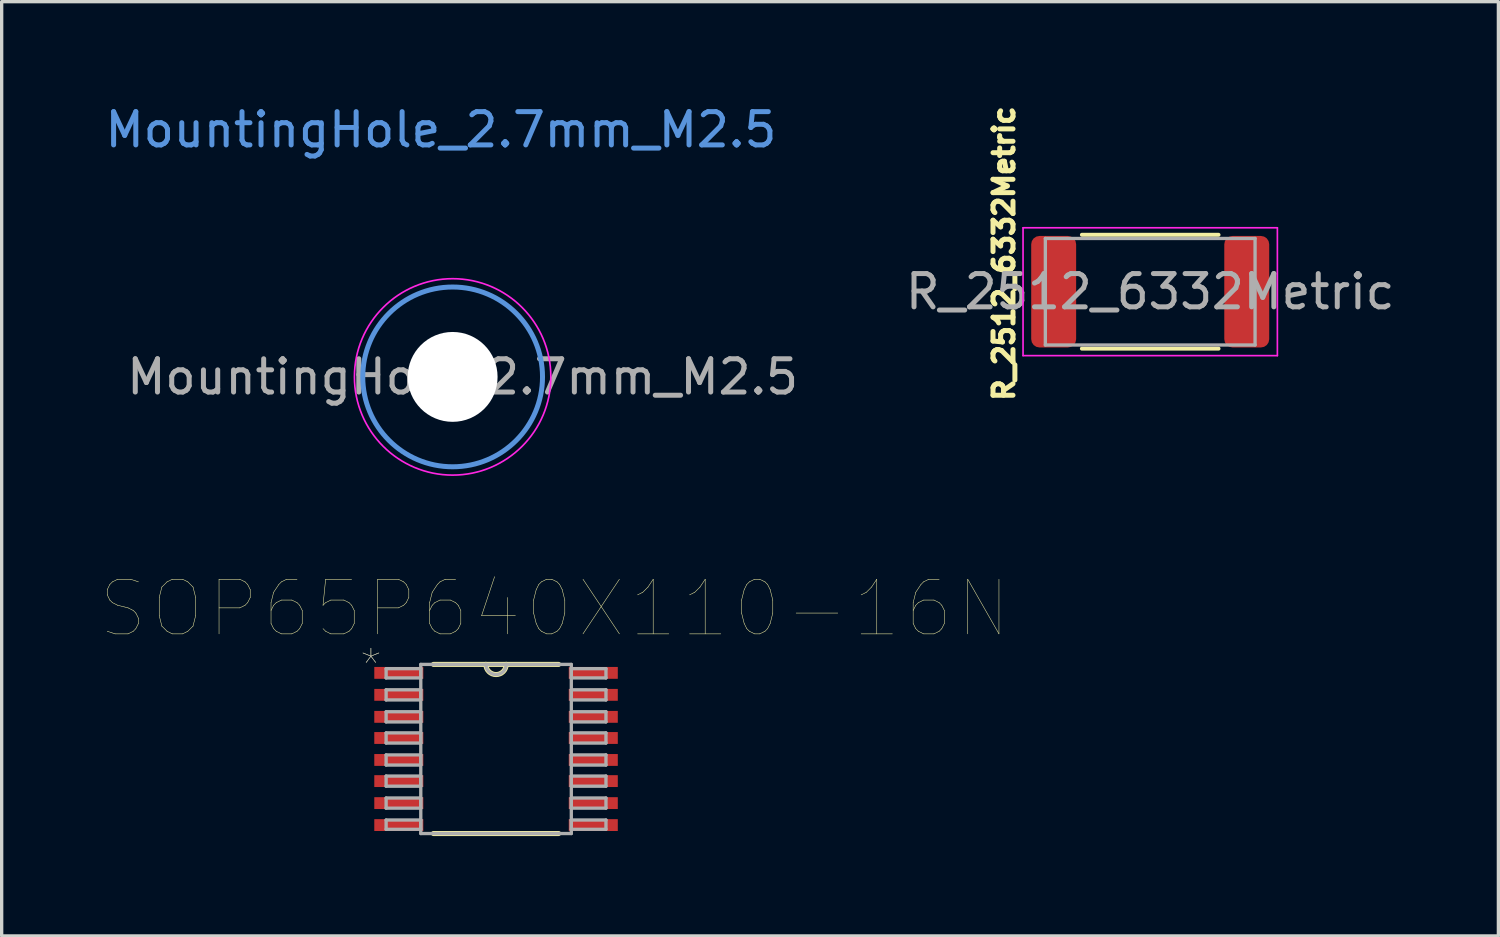
<source format=kicad_pcb>
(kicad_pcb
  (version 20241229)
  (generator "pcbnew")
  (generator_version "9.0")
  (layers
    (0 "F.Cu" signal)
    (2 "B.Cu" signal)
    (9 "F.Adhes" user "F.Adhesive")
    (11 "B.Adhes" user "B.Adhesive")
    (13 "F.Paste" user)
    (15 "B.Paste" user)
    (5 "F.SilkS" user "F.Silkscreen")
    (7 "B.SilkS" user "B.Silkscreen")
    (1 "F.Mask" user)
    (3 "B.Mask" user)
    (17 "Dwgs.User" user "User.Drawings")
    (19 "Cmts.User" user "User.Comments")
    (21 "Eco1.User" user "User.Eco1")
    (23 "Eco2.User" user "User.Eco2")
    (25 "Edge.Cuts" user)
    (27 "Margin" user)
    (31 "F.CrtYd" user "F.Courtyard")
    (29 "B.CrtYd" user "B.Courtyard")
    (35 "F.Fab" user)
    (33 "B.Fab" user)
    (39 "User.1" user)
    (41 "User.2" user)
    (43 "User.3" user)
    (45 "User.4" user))
  (footprint "SOP65P640X110-16N"
    (layer "F.Cu")
    (at 11.851 19.449)
    (property "Reference" "SOP65P640X110-16N" (at 1.753 -4.216 0) (layer "F.SilkS") (effects (font (size 1.64 1.64) (thickness 0.015))))
    (attr smd)
    (fp_line (start -1.88 2.54) (end 1.88 2.54) (stroke (width 0.152) (type solid)) (layer "F.SilkS"))
    (fp_line (start -0.305 -2.54) (end -1.88 -2.54) (stroke (width 0.152) (type solid)) (layer "F.SilkS"))
    (fp_line (start 0.305 -2.54) (end -0.305 -2.54) (stroke (width 0.152) (type solid)) (layer "F.SilkS"))
    (fp_line (start 1.88 -2.54) (end 0.305 -2.54) (stroke (width 0.152) (type solid)) (layer "F.SilkS"))
    (fp_arc (start 0.3048 -2.54) (mid 0 -2.2352) (end -0.3048 -2.54) (stroke (width 0.1524) (type solid)) (layer "F.SilkS"))
    (fp_line (start -3.302 -2.413) (end -3.302 -2.134) (stroke (width 0.1) (type solid)) (layer "F.Fab"))
    (fp_line (start -3.302 -2.134) (end -2.261 -2.134) (stroke (width 0.1) (type solid)) (layer "F.Fab"))
    (fp_line (start -3.302 -1.778) (end -3.302 -1.473) (stroke (width 0.1) (type solid)) (layer "F.Fab"))
    (fp_line (start -3.302 -1.473) (end -2.261 -1.473) (stroke (width 0.1) (type solid)) (layer "F.Fab"))
    (fp_line (start -3.302 -1.118) (end -3.302 -0.813) (stroke (width 0.1) (type solid)) (layer "F.Fab"))
    (fp_line (start -3.302 -0.813) (end -2.261 -0.813) (stroke (width 0.1) (type solid)) (layer "F.Fab"))
    (fp_line (start -3.302 -0.483) (end -3.302 -0.178) (stroke (width 0.1) (type solid)) (layer "F.Fab"))
    (fp_line (start -3.302 -0.178) (end -2.261 -0.178) (stroke (width 0.1) (type solid)) (layer "F.Fab"))
    (fp_line (start -3.302 0.178) (end -3.302 0.483) (stroke (width 0.1) (type solid)) (layer "F.Fab"))
    (fp_line (start -3.302 0.483) (end -2.261 0.483) (stroke (width 0.1) (type solid)) (layer "F.Fab"))
    (fp_line (start -3.302 0.813) (end -3.302 1.118) (stroke (width 0.1) (type solid)) (layer "F.Fab"))
    (fp_line (start -3.302 1.118) (end -2.261 1.118) (stroke (width 0.1) (type solid)) (layer "F.Fab"))
    (fp_line (start -3.302 1.473) (end -3.302 1.778) (stroke (width 0.1) (type solid)) (layer "F.Fab"))
    (fp_line (start -3.302 1.778) (end -2.261 1.778) (stroke (width 0.1) (type solid)) (layer "F.Fab"))
    (fp_line (start -3.302 2.134) (end -3.302 2.413) (stroke (width 0.1) (type solid)) (layer "F.Fab"))
    (fp_line (start -3.302 2.413) (end -2.261 2.413) (stroke (width 0.1) (type solid)) (layer "F.Fab"))
    (fp_line (start -2.261 -2.54) (end -2.261 2.54) (stroke (width 0.1) (type solid)) (layer "F.Fab"))
    (fp_line (start -2.261 -2.413) (end -3.302 -2.413) (stroke (width 0.1) (type solid)) (layer "F.Fab"))
    (fp_line (start -2.261 -2.134) (end -2.261 -2.413) (stroke (width 0.1) (type solid)) (layer "F.Fab"))
    (fp_line (start -2.261 -1.778) (end -3.302 -1.778) (stroke (width 0.1) (type solid)) (layer "F.Fab"))
    (fp_line (start -2.261 -1.473) (end -2.261 -1.778) (stroke (width 0.1) (type solid)) (layer "F.Fab"))
    (fp_line (start -2.261 -1.118) (end -3.302 -1.118) (stroke (width 0.1) (type solid)) (layer "F.Fab"))
    (fp_line (start -2.261 -0.813) (end -2.261 -1.118) (stroke (width 0.1) (type solid)) (layer "F.Fab"))
    (fp_line (start -2.261 -0.483) (end -3.302 -0.483) (stroke (width 0.1) (type solid)) (layer "F.Fab"))
    (fp_line (start -2.261 -0.178) (end -2.261 -0.483) (stroke (width 0.1) (type solid)) (layer "F.Fab"))
    (fp_line (start -2.261 0.178) (end -3.302 0.178) (stroke (width 0.1) (type solid)) (layer "F.Fab"))
    (fp_line (start -2.261 0.483) (end -2.261 0.178) (stroke (width 0.1) (type solid)) (layer "F.Fab"))
    (fp_line (start -2.261 0.813) (end -3.302 0.813) (stroke (width 0.1) (type solid)) (layer "F.Fab"))
    (fp_line (start -2.261 1.118) (end -2.261 0.813) (stroke (width 0.1) (type solid)) (layer "F.Fab"))
    (fp_line (start -2.261 1.473) (end -3.302 1.473) (stroke (width 0.1) (type solid)) (layer "F.Fab"))
    (fp_line (start -2.261 1.778) (end -2.261 1.473) (stroke (width 0.1) (type solid)) (layer "F.Fab"))
    (fp_line (start -2.261 2.134) (end -3.302 2.134) (stroke (width 0.1) (type solid)) (layer "F.Fab"))
    (fp_line (start -2.261 2.413) (end -2.261 2.134) (stroke (width 0.1) (type solid)) (layer "F.Fab"))
    (fp_line (start -2.261 2.54) (end 2.261 2.54) (stroke (width 0.1) (type solid)) (layer "F.Fab"))
    (fp_line (start -0.305 -2.54) (end -2.261 -2.54) (stroke (width 0.1) (type solid)) (layer "F.Fab"))
    (fp_line (start 0.305 -2.54) (end -0.305 -2.54) (stroke (width 0.1) (type solid)) (layer "F.Fab"))
    (fp_line (start 2.261 -2.54) (end 0.305 -2.54) (stroke (width 0.1) (type solid)) (layer "F.Fab"))
    (fp_line (start 2.261 -2.413) (end 2.261 -2.134) (stroke (width 0.1) (type solid)) (layer "F.Fab"))
    (fp_line (start 2.261 -2.134) (end 3.302 -2.134) (stroke (width 0.1) (type solid)) (layer "F.Fab"))
    (fp_line (start 2.261 -1.778) (end 2.261 -1.473) (stroke (width 0.1) (type solid)) (layer "F.Fab"))
    (fp_line (start 2.261 -1.473) (end 3.302 -1.473) (stroke (width 0.1) (type solid)) (layer "F.Fab"))
    (fp_line (start 2.261 -1.118) (end 2.261 -0.813) (stroke (width 0.1) (type solid)) (layer "F.Fab"))
    (fp_line (start 2.261 -0.813) (end 3.302 -0.813) (stroke (width 0.1) (type solid)) (layer "F.Fab"))
    (fp_line (start 2.261 -0.483) (end 2.261 -0.178) (stroke (width 0.1) (type solid)) (layer "F.Fab"))
    (fp_line (start 2.261 -0.178) (end 3.302 -0.178) (stroke (width 0.1) (type solid)) (layer "F.Fab"))
    (fp_line (start 2.261 0.178) (end 2.261 0.483) (stroke (width 0.1) (type solid)) (layer "F.Fab"))
    (fp_line (start 2.261 0.483) (end 3.302 0.483) (stroke (width 0.1) (type solid)) (layer "F.Fab"))
    (fp_line (start 2.261 0.813) (end 2.261 1.118) (stroke (width 0.1) (type solid)) (layer "F.Fab"))
    (fp_line (start 2.261 1.118) (end 3.302 1.118) (stroke (width 0.1) (type solid)) (layer "F.Fab"))
    (fp_line (start 2.261 1.473) (end 2.261 1.778) (stroke (width 0.1) (type solid)) (layer "F.Fab"))
    (fp_line (start 2.261 1.778) (end 3.302 1.778) (stroke (width 0.1) (type solid)) (layer "F.Fab"))
    (fp_line (start 2.261 2.134) (end 2.261 2.413) (stroke (width 0.1) (type solid)) (layer "F.Fab"))
    (fp_line (start 2.261 2.413) (end 3.302 2.413) (stroke (width 0.1) (type solid)) (layer "F.Fab"))
    (fp_line (start 2.261 2.54) (end 2.261 -2.54) (stroke (width 0.1) (type solid)) (layer "F.Fab"))
    (fp_line (start 3.302 -2.413) (end 2.261 -2.413) (stroke (width 0.1) (type solid)) (layer "F.Fab"))
    (fp_line (start 3.302 -2.134) (end 3.302 -2.413) (stroke (width 0.1) (type solid)) (layer "F.Fab"))
    (fp_line (start 3.302 -1.778) (end 2.261 -1.778) (stroke (width 0.1) (type solid)) (layer "F.Fab"))
    (fp_line (start 3.302 -1.473) (end 3.302 -1.778) (stroke (width 0.1) (type solid)) (layer "F.Fab"))
    (fp_line (start 3.302 -1.118) (end 2.261 -1.118) (stroke (width 0.1) (type solid)) (layer "F.Fab"))
    (fp_line (start 3.302 -0.813) (end 3.302 -1.118) (stroke (width 0.1) (type solid)) (layer "F.Fab"))
    (fp_line (start 3.302 -0.483) (end 2.261 -0.483) (stroke (width 0.1) (type solid)) (layer "F.Fab"))
    (fp_line (start 3.302 -0.178) (end 3.302 -0.483) (stroke (width 0.1) (type solid)) (layer "F.Fab"))
    (fp_line (start 3.302 0.178) (end 2.261 0.178) (stroke (width 0.1) (type solid)) (layer "F.Fab"))
    (fp_line (start 3.302 0.483) (end 3.302 0.178) (stroke (width 0.1) (type solid)) (layer "F.Fab"))
    (fp_line (start 3.302 0.813) (end 2.261 0.813) (stroke (width 0.1) (type solid)) (layer "F.Fab"))
    (fp_line (start 3.302 1.118) (end 3.302 0.813) (stroke (width 0.1) (type solid)) (layer "F.Fab"))
    (fp_line (start 3.302 1.473) (end 2.261 1.473) (stroke (width 0.1) (type solid)) (layer "F.Fab"))
    (fp_line (start 3.302 1.778) (end 3.302 1.473) (stroke (width 0.1) (type solid)) (layer "F.Fab"))
    (fp_line (start 3.302 2.134) (end 2.261 2.134) (stroke (width 0.1) (type solid)) (layer "F.Fab"))
    (fp_line (start 3.302 2.413) (end 3.302 2.134) (stroke (width 0.1) (type solid)) (layer "F.Fab"))
    (fp_arc (start 0.3048 -2.54) (mid 0 -2.2352) (end -0.3048 -2.54) (stroke (width 0.1) (type solid)) (layer "F.Fab"))
    (fp_text user "*" (at -3.759 -2.489 0) (layer "F.SilkS") (effects (font (size 1 1) (thickness 0.015))))
    (fp_text user "*" (at -3.759 -2.489 0) (layer "F.Fab") (effects (font (size 1 1) (thickness 0.015))))
    (pad "1" smd rect (at -2.921 -2.286) (size 1.473 0.356) (layers "F.Cu" "F.Mask" "F.Paste"))
    (pad "2" smd rect (at -2.921 -1.626) (size 1.473 0.356) (layers "F.Cu" "F.Mask" "F.Paste"))
    (pad "3" smd rect (at -2.921 -0.965) (size 1.473 0.356) (layers "F.Cu" "F.Mask" "F.Paste"))
    (pad "4" smd rect (at -2.921 -0.33) (size 1.473 0.356) (layers "F.Cu" "F.Mask" "F.Paste"))
    (pad "5" smd rect (at -2.921 0.33) (size 1.473 0.356) (layers "F.Cu" "F.Mask" "F.Paste"))
    (pad "6" smd rect (at -2.921 0.965) (size 1.473 0.356) (layers "F.Cu" "F.Mask" "F.Paste"))
    (pad "7" smd rect (at -2.921 1.626) (size 1.473 0.356) (layers "F.Cu" "F.Mask" "F.Paste"))
    (pad "8" smd rect (at -2.921 2.286) (size 1.473 0.356) (layers "F.Cu" "F.Mask" "F.Paste"))
    (pad "9" smd rect (at 2.921 2.286) (size 1.473 0.356) (layers "F.Cu" "F.Mask" "F.Paste"))
    (pad "10" smd rect (at 2.921 1.626) (size 1.473 0.356) (layers "F.Cu" "F.Mask" "F.Paste"))
    (pad "11" smd rect (at 2.921 0.965) (size 1.473 0.356) (layers "F.Cu" "F.Mask" "F.Paste"))
    (pad "12" smd rect (at 2.921 0.33) (size 1.473 0.356) (layers "F.Cu" "F.Mask" "F.Paste"))
    (pad "13" smd rect (at 2.921 -0.33) (size 1.473 0.356) (layers "F.Cu" "F.Mask" "F.Paste"))
    (pad "14" smd rect (at 2.921 -0.965) (size 1.473 0.356) (layers "F.Cu" "F.Mask" "F.Paste"))
    (pad "15" smd rect (at 2.921 -1.626) (size 1.473 0.356) (layers "F.Cu" "F.Mask" "F.Paste"))
    (pad "16" smd rect (at 2.921 -2.286) (size 1.473 0.356) (layers "F.Cu" "F.Mask" "F.Paste")))
  (footprint "MountingHole_2.7mm_M2.5"
    (layer "F.Cu")
    (at 10.547 8.272)
    (property "Reference" "MountingHole_2.7mm_M2.5" (at -0.351 -7.424 0) (layer "Cmts.User") (effects (font (size 1 1) (thickness 0.15))))
    (attr exclude_from_pos_files exclude_from_bom)
    (fp_circle (center 0 0) (end 2.7 0) (stroke (width 0.15) (type solid)) (fill no) (layer "Cmts.User"))
    (fp_circle (center 0 0) (end 2.95 0) (stroke (width 0.05) (type solid)) (fill no) (layer "F.CrtYd"))
    (fp_text user "${REFERENCE}" (at 0.3 0 0) (layer "F.Fab") (effects (font (size 1 1) (thickness 0.15))))
    (pad "" np_thru_hole circle (at 0 0) (size 2.7 2.7) (drill 2.7) (layers "*.Cu" "*.Mask")))
  (footprint "R_2512_6332Metric"
    (layer "F.Cu")
    (at 31.502 5.713)
    (property "Reference" "R_2512_6332Metric" (at -4.392 -1.148 90) (layer "F.SilkS") (effects (font (size 0.6 0.6) (thickness 0.15))))
    (attr smd)
    (fp_line (start -2.052 -1.71) (end 2.052 -1.71) (stroke (width 0.12) (type solid)) (layer "F.SilkS"))
    (fp_line (start -2.052 1.71) (end 2.052 1.71) (stroke (width 0.12) (type solid)) (layer "F.SilkS"))
    (fp_line (start -3.82 -1.92) (end 3.82 -1.92) (stroke (width 0.05) (type solid)) (layer "F.CrtYd"))
    (fp_line (start -3.82 1.92) (end -3.82 -1.92) (stroke (width 0.05) (type solid)) (layer "F.CrtYd"))
    (fp_line (start 3.82 -1.92) (end 3.82 1.92) (stroke (width 0.05) (type solid)) (layer "F.CrtYd"))
    (fp_line (start 3.82 1.92) (end -3.82 1.92) (stroke (width 0.05) (type solid)) (layer "F.CrtYd"))
    (fp_line (start -3.15 -1.6) (end 3.15 -1.6) (stroke (width 0.1) (type solid)) (layer "F.Fab"))
    (fp_line (start -3.15 1.6) (end -3.15 -1.6) (stroke (width 0.1) (type solid)) (layer "F.Fab"))
    (fp_line (start 3.15 -1.6) (end 3.15 1.6) (stroke (width 0.1) (type solid)) (layer "F.Fab"))
    (fp_line (start 3.15 1.6) (end -3.15 1.6) (stroke (width 0.1) (type solid)) (layer "F.Fab"))
    (fp_text user "${REFERENCE}" (at 0 0 0) (layer "F.Fab") (effects (font (size 1 1) (thickness 0.15))))
    (pad "1" smd roundrect (at -2.9 0) (size 1.35 3.35) (layers "F.Cu" "F.Mask" "F.Paste") (roundrect_rratio 0.185))
    (pad "2" smd roundrect (at 2.9 0) (size 1.35 3.35) (layers "F.Cu" "F.Mask" "F.Paste") (roundrect_rratio 0.185)))
  (gr_rect
    (start -3 -3)
    (end 41.961 25.065)
    (stroke (width 0.1) (type default))
    (fill no)
    (layer "Edge.Cuts")))
</source>
